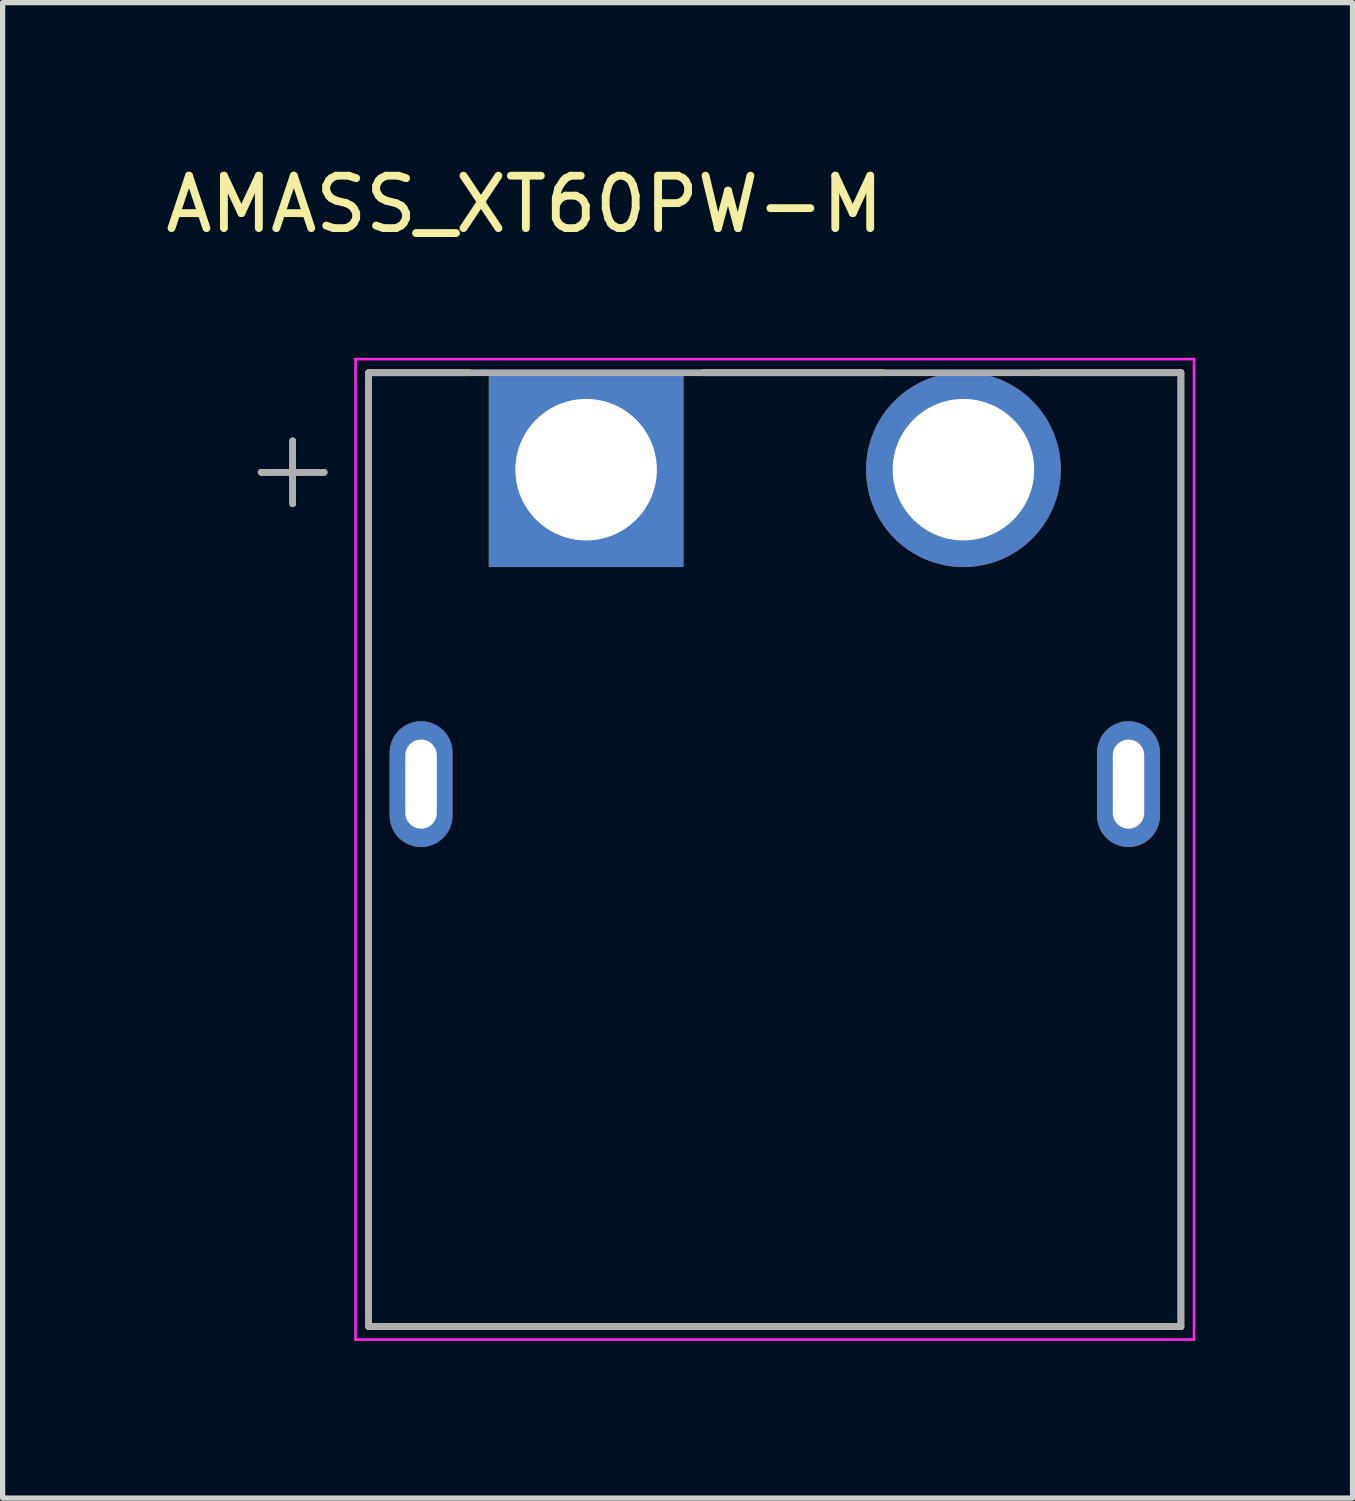
<source format=kicad_pcb>
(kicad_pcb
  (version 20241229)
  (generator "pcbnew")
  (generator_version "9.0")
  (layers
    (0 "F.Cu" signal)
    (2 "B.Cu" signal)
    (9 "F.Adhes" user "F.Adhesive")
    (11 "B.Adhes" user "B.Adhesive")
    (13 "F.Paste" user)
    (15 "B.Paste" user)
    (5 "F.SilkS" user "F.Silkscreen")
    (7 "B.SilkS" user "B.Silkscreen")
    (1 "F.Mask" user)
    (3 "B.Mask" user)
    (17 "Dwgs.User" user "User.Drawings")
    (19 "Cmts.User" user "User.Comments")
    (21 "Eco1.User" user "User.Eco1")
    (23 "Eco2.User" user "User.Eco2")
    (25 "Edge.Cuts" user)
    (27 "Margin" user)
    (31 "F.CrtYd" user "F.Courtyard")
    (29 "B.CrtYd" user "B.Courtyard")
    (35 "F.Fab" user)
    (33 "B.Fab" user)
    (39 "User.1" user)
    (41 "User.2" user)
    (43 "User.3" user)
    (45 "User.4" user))
  (footprint "AMASS_XT60PW-M"
    (layer "F.Cu")
    (at 11.735 11.913)
    (property "Reference" "AMASS_XT60PW-M" (at -4.774 -11.065 0) (layer "F.SilkS") (effects (font (size 1 1) (thickness 0.15))))
    (attr through_hole)
    (fp_line (start -9.8 -5.95) (end -8.6 -5.95) (stroke (width 0.127) (type solid)) (layer "F.SilkS"))
    (fp_line (start -9.2 -6.55) (end -9.2 -5.35) (stroke (width 0.127) (type solid)) (layer "F.SilkS"))
    (fp_line (start -7.75 -7.85) (end -7.75 10.35) (stroke (width 0.127) (type solid)) (layer "F.SilkS"))
    (fp_line (start -7.75 -7.85) (end -5.828 -7.85) (stroke (width 0.127) (type solid)) (layer "F.SilkS"))
    (fp_line (start -7.75 10.35) (end 7.75 10.35) (stroke (width 0.127) (type solid)) (layer "F.SilkS"))
    (fp_line (start 2.072 -7.85) (end -1.372 -7.85) (stroke (width 0.127) (type solid)) (layer "F.SilkS"))
    (fp_line (start 7.75 -7.85) (end 5.078 -7.85) (stroke (width 0.127) (type solid)) (layer "F.SilkS"))
    (fp_line (start 7.75 10.35) (end 7.75 -7.85) (stroke (width 0.127) (type solid)) (layer "F.SilkS"))
    (fp_line (start -8 -8.11) (end -8 10.6) (stroke (width 0.05) (type solid)) (layer "F.CrtYd"))
    (fp_line (start -8 10.6) (end 8 10.6) (stroke (width 0.05) (type solid)) (layer "F.CrtYd"))
    (fp_line (start 8 -8.11) (end -8 -8.11) (stroke (width 0.05) (type solid)) (layer "F.CrtYd"))
    (fp_line (start 8 10.6) (end 8 -8.11) (stroke (width 0.05) (type solid)) (layer "F.CrtYd"))
    (fp_line (start -9.8 -5.95) (end -8.6 -5.95) (stroke (width 0.127) (type solid)) (layer "F.Fab"))
    (fp_line (start -9.2 -6.55) (end -9.2 -5.35) (stroke (width 0.127) (type solid)) (layer "F.Fab"))
    (fp_line (start -7.75 -7.85) (end -7.75 10.35) (stroke (width 0.127) (type solid)) (layer "F.Fab"))
    (fp_line (start -7.75 10.35) (end 7.75 10.35) (stroke (width 0.127) (type solid)) (layer "F.Fab"))
    (fp_line (start 7.75 -7.85) (end -7.75 -7.85) (stroke (width 0.127) (type solid)) (layer "F.Fab"))
    (fp_line (start 7.75 10.35) (end 7.75 -7.85) (stroke (width 0.127) (type solid)) (layer "F.Fab"))
    (pad "1" thru_hole rect (at -3.6 -6) (size 3.716 3.716) (drill 2.7) (layers "*.Cu" "*.Mask"))
    (pad "2" thru_hole circle (at 3.6 -6) (size 3.716 3.716) (drill 2.7) (layers "*.Cu" "*.Mask"))
    (pad "SH1" thru_hole oval (at -6.75 0) (size 1.2 2.4) (drill oval 0.6 1.7) (layers "*.Cu" "*.Mask"))
    (pad "SH2" thru_hole oval (at 6.75 0) (size 1.2 2.4) (drill oval 0.6 1.7) (layers "*.Cu" "*.Mask")))
  (gr_rect
    (start -3 -3)
    (end 22.76 25.538)
    (stroke (width 0.1) (type default))
    (fill no)
    (layer "Edge.Cuts")))
</source>
